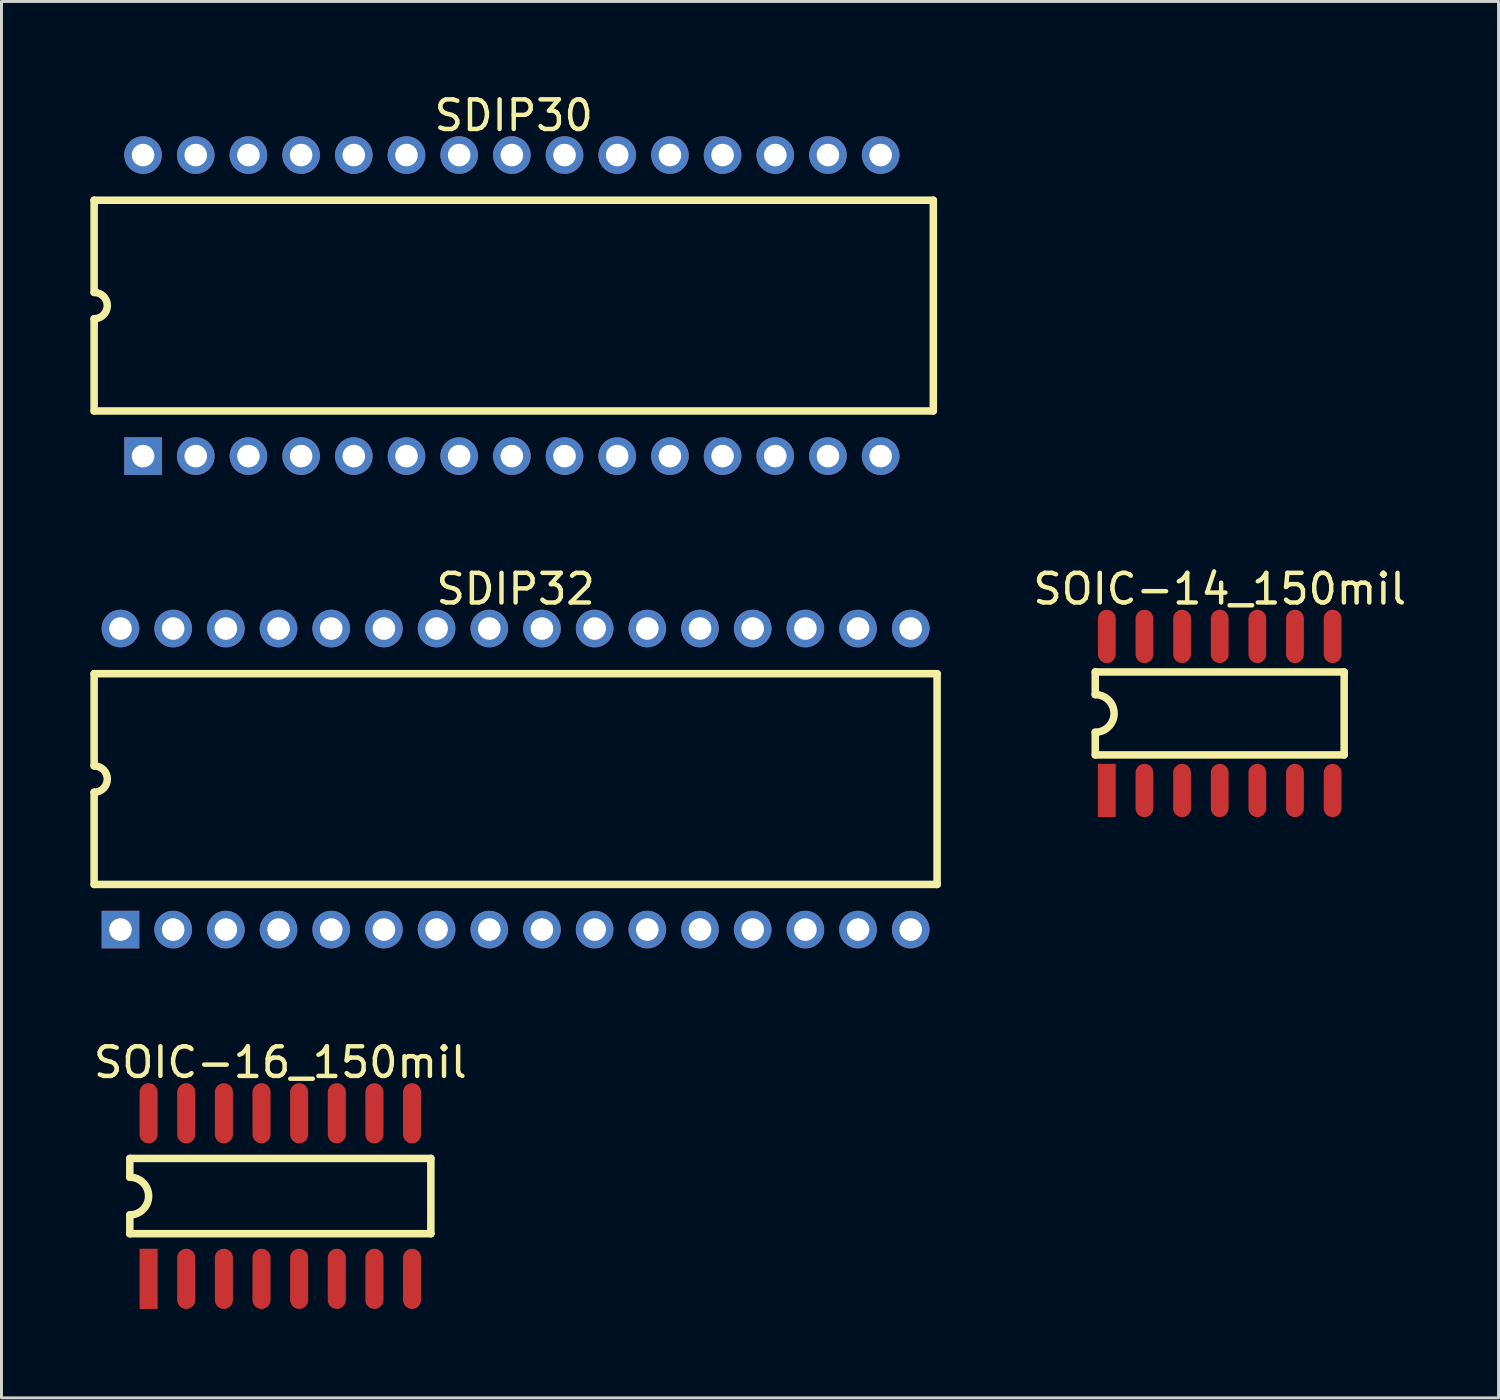
<source format=kicad_pcb>
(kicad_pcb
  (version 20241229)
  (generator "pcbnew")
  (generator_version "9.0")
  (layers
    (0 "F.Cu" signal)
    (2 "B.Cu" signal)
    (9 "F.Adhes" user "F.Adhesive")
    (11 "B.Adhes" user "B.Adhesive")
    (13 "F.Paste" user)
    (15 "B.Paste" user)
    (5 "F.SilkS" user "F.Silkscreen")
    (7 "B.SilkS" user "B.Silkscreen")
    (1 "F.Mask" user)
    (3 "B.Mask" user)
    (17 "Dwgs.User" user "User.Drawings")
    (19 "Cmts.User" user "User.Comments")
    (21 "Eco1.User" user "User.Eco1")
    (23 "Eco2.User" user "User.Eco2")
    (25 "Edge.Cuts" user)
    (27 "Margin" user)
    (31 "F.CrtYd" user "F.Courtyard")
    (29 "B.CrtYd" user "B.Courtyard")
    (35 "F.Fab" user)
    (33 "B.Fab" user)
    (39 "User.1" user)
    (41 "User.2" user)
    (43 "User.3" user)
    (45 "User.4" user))
  (footprint "SDIP32"
    (layer "F.Cu")
    (at 1.016 28.322)
    (property "Reference" "SDIP32" (at 13.335 -11.495 0) (layer "F.SilkS") (effects (font (size 1 1) (thickness 0.15))))
    (fp_line (start -0.889 -8.636) (end 27.559 -8.636) (stroke (width 0.254) (type solid)) (layer "F.SilkS"))
    (fp_line (start -0.889 -5.524) (end -0.889 -8.636) (stroke (width 0.254) (type solid)) (layer "F.SilkS"))
    (fp_line (start -0.889 -1.524) (end -0.889 -4.636) (stroke (width 0.254) (type solid)) (layer "F.SilkS"))
    (fp_line (start -0.889 -1.524) (end 27.559 -1.524) (stroke (width 0.254) (type solid)) (layer "F.SilkS"))
    (fp_line (start 27.559 -1.524) (end 27.559 -8.636) (stroke (width 0.254) (type solid)) (layer "F.SilkS"))
    (fp_arc (start -0.889 -5.5245) (mid -0.4445 -5.08) (end -0.889 -4.6355) (stroke (width 0.254) (type solid)) (layer "F.SilkS"))
    (pad "1" thru_hole rect (at 0 0 90) (size 1.27 1.27) (drill 0.762) (layers "*.Cu" "*.Mask"))
    (pad "2" thru_hole circle (at 1.778 0 90) (size 1.27 1.27) (drill 0.762) (layers "*.Cu" "*.Mask"))
    (pad "3" thru_hole circle (at 3.556 0 90) (size 1.27 1.27) (drill 0.762) (layers "*.Cu" "*.Mask"))
    (pad "4" thru_hole circle (at 5.334 0 90) (size 1.27 1.27) (drill 0.762) (layers "*.Cu" "*.Mask"))
    (pad "5" thru_hole circle (at 7.112 0 90) (size 1.27 1.27) (drill 0.762) (layers "*.Cu" "*.Mask"))
    (pad "6" thru_hole circle (at 8.89 0 90) (size 1.27 1.27) (drill 0.762) (layers "*.Cu" "*.Mask"))
    (pad "7" thru_hole circle (at 10.668 0 90) (size 1.27 1.27) (drill 0.762) (layers "*.Cu" "*.Mask"))
    (pad "8" thru_hole circle (at 12.446 0 90) (size 1.27 1.27) (drill 0.762) (layers "*.Cu" "*.Mask"))
    (pad "9" thru_hole circle (at 14.224 0 90) (size 1.27 1.27) (drill 0.762) (layers "*.Cu" "*.Mask"))
    (pad "10" thru_hole circle (at 16.002 0 90) (size 1.27 1.27) (drill 0.762) (layers "*.Cu" "*.Mask"))
    (pad "11" thru_hole circle (at 17.78 0 90) (size 1.27 1.27) (drill 0.762) (layers "*.Cu" "*.Mask"))
    (pad "12" thru_hole circle (at 19.558 0 90) (size 1.27 1.27) (drill 0.762) (layers "*.Cu" "*.Mask"))
    (pad "13" thru_hole circle (at 21.336 0 90) (size 1.27 1.27) (drill 0.762) (layers "*.Cu" "*.Mask"))
    (pad "14" thru_hole circle (at 23.114 0 90) (size 1.27 1.27) (drill 0.762) (layers "*.Cu" "*.Mask"))
    (pad "15" thru_hole circle (at 24.892 0 90) (size 1.27 1.27) (drill 0.762) (layers "*.Cu" "*.Mask"))
    (pad "16" thru_hole circle (at 26.67 0 90) (size 1.27 1.27) (drill 0.762) (layers "*.Cu" "*.Mask"))
    (pad "17" thru_hole circle (at 26.67 -10.16 90) (size 1.27 1.27) (drill 0.762) (layers "*.Cu" "*.Mask"))
    (pad "18" thru_hole circle (at 24.892 -10.16 90) (size 1.27 1.27) (drill 0.762) (layers "*.Cu" "*.Mask"))
    (pad "19" thru_hole circle (at 23.114 -10.16 90) (size 1.27 1.27) (drill 0.762) (layers "*.Cu" "*.Mask"))
    (pad "20" thru_hole circle (at 21.336 -10.16 90) (size 1.27 1.27) (drill 0.762) (layers "*.Cu" "*.Mask"))
    (pad "21" thru_hole circle (at 19.558 -10.16 90) (size 1.27 1.27) (drill 0.762) (layers "*.Cu" "*.Mask"))
    (pad "22" thru_hole circle (at 17.78 -10.16 90) (size 1.27 1.27) (drill 0.762) (layers "*.Cu" "*.Mask"))
    (pad "23" thru_hole circle (at 16.002 -10.16 90) (size 1.27 1.27) (drill 0.762) (layers "*.Cu" "*.Mask"))
    (pad "24" thru_hole circle (at 14.224 -10.16 90) (size 1.27 1.27) (drill 0.762) (layers "*.Cu" "*.Mask"))
    (pad "25" thru_hole circle (at 12.446 -10.16 90) (size 1.27 1.27) (drill 0.762) (layers "*.Cu" "*.Mask"))
    (pad "26" thru_hole circle (at 10.668 -10.16 90) (size 1.27 1.27) (drill 0.762) (layers "*.Cu" "*.Mask"))
    (pad "27" thru_hole circle (at 8.89 -10.16 90) (size 1.27 1.27) (drill 0.762) (layers "*.Cu" "*.Mask"))
    (pad "28" thru_hole circle (at 7.112 -10.16 90) (size 1.27 1.27) (drill 0.762) (layers "*.Cu" "*.Mask"))
    (pad "29" thru_hole circle (at 5.334 -10.16 90) (size 1.27 1.27) (drill 0.762) (layers "*.Cu" "*.Mask"))
    (pad "30" thru_hole circle (at 3.556 -10.16 90) (size 1.27 1.27) (drill 0.762) (layers "*.Cu" "*.Mask"))
    (pad "31" thru_hole circle (at 1.778 -10.16 90) (size 1.27 1.27) (drill 0.762) (layers "*.Cu" "*.Mask"))
    (pad "32" thru_hole circle (at 0 -10.16 90) (size 1.27 1.27) (drill 0.762) (layers "*.Cu" "*.Mask")))
  (footprint "SDIP30"
    (layer "F.Cu")
    (at 1.778 12.343)
    (property "Reference" "SDIP30" (at 12.509 -11.495 0) (layer "F.SilkS") (effects (font (size 1 1) (thickness 0.15))))
    (fp_line (start -1.651 -8.636) (end 26.67 -8.636) (stroke (width 0.254) (type solid)) (layer "F.SilkS"))
    (fp_line (start -1.651 -5.524) (end -1.651 -8.636) (stroke (width 0.254) (type solid)) (layer "F.SilkS"))
    (fp_line (start -1.651 -1.524) (end -1.651 -4.636) (stroke (width 0.254) (type solid)) (layer "F.SilkS"))
    (fp_line (start -1.651 -1.524) (end 26.67 -1.524) (stroke (width 0.254) (type solid)) (layer "F.SilkS"))
    (fp_line (start 26.67 -1.524) (end 26.67 -8.636) (stroke (width 0.254) (type solid)) (layer "F.SilkS"))
    (fp_arc (start -1.651 -5.5245) (mid -1.2065 -5.08) (end -1.651 -4.6355) (stroke (width 0.254) (type solid)) (layer "F.SilkS"))
    (pad "1" thru_hole rect (at 0 0 90) (size 1.27 1.27) (drill 0.762) (layers "*.Cu" "*.Mask"))
    (pad "2" thru_hole circle (at 1.778 0 90) (size 1.27 1.27) (drill 0.762) (layers "*.Cu" "*.Mask"))
    (pad "3" thru_hole circle (at 3.556 0 90) (size 1.27 1.27) (drill 0.762) (layers "*.Cu" "*.Mask"))
    (pad "4" thru_hole circle (at 5.334 0 90) (size 1.27 1.27) (drill 0.762) (layers "*.Cu" "*.Mask"))
    (pad "5" thru_hole circle (at 7.112 0 90) (size 1.27 1.27) (drill 0.762) (layers "*.Cu" "*.Mask"))
    (pad "6" thru_hole circle (at 8.89 0 90) (size 1.27 1.27) (drill 0.762) (layers "*.Cu" "*.Mask"))
    (pad "7" thru_hole circle (at 10.668 0 90) (size 1.27 1.27) (drill 0.762) (layers "*.Cu" "*.Mask"))
    (pad "8" thru_hole circle (at 12.446 0 90) (size 1.27 1.27) (drill 0.762) (layers "*.Cu" "*.Mask"))
    (pad "9" thru_hole circle (at 14.224 0 90) (size 1.27 1.27) (drill 0.762) (layers "*.Cu" "*.Mask"))
    (pad "10" thru_hole circle (at 16.002 0 90) (size 1.27 1.27) (drill 0.762) (layers "*.Cu" "*.Mask"))
    (pad "11" thru_hole circle (at 17.78 0 90) (size 1.27 1.27) (drill 0.762) (layers "*.Cu" "*.Mask"))
    (pad "12" thru_hole circle (at 19.558 0 90) (size 1.27 1.27) (drill 0.762) (layers "*.Cu" "*.Mask"))
    (pad "13" thru_hole circle (at 21.336 0 90) (size 1.27 1.27) (drill 0.762) (layers "*.Cu" "*.Mask"))
    (pad "14" thru_hole circle (at 23.114 0 90) (size 1.27 1.27) (drill 0.762) (layers "*.Cu" "*.Mask"))
    (pad "15" thru_hole circle (at 24.892 0 90) (size 1.27 1.27) (drill 0.762) (layers "*.Cu" "*.Mask"))
    (pad "16" thru_hole circle (at 24.892 -10.16 90) (size 1.27 1.27) (drill 0.762) (layers "*.Cu" "*.Mask"))
    (pad "17" thru_hole circle (at 23.114 -10.16 90) (size 1.27 1.27) (drill 0.762) (layers "*.Cu" "*.Mask"))
    (pad "18" thru_hole circle (at 21.336 -10.16 90) (size 1.27 1.27) (drill 0.762) (layers "*.Cu" "*.Mask"))
    (pad "19" thru_hole circle (at 19.558 -10.16 90) (size 1.27 1.27) (drill 0.762) (layers "*.Cu" "*.Mask"))
    (pad "20" thru_hole circle (at 17.78 -10.16 90) (size 1.27 1.27) (drill 0.762) (layers "*.Cu" "*.Mask"))
    (pad "21" thru_hole circle (at 16.002 -10.16 90) (size 1.27 1.27) (drill 0.762) (layers "*.Cu" "*.Mask"))
    (pad "22" thru_hole circle (at 14.224 -10.16 90) (size 1.27 1.27) (drill 0.762) (layers "*.Cu" "*.Mask"))
    (pad "23" thru_hole circle (at 12.446 -10.16 90) (size 1.27 1.27) (drill 0.762) (layers "*.Cu" "*.Mask"))
    (pad "24" thru_hole circle (at 10.668 -10.16 90) (size 1.27 1.27) (drill 0.762) (layers "*.Cu" "*.Mask"))
    (pad "25" thru_hole circle (at 8.89 -10.16 90) (size 1.27 1.27) (drill 0.762) (layers "*.Cu" "*.Mask"))
    (pad "26" thru_hole circle (at 7.112 -10.16 90) (size 1.27 1.27) (drill 0.762) (layers "*.Cu" "*.Mask"))
    (pad "27" thru_hole circle (at 5.334 -10.16 90) (size 1.27 1.27) (drill 0.762) (layers "*.Cu" "*.Mask"))
    (pad "28" thru_hole circle (at 3.556 -10.16 90) (size 1.27 1.27) (drill 0.762) (layers "*.Cu" "*.Mask"))
    (pad "29" thru_hole circle (at 1.778 -10.16 90) (size 1.27 1.27) (drill 0.762) (layers "*.Cu" "*.Mask"))
    (pad "30" thru_hole circle (at 0 -10.16 90) (size 1.27 1.27) (drill 0.762) (layers "*.Cu" "*.Mask")))
  (footprint "SOIC-16_150mil"
    (layer "F.Cu")
    (at 1.966 40.109)
    (property "Reference" "SOIC-16_150mil" (at 4.445 -7.304 0) (layer "F.SilkS") (effects (font (size 1 1) (thickness 0.15))))
    (fp_line (start -0.635 -4.064) (end 9.525 -4.064) (stroke (width 0.254) (type solid)) (layer "F.SilkS"))
    (fp_line (start -0.635 -3.429) (end -0.635 -4.064) (stroke (width 0.254) (type solid)) (layer "F.SilkS"))
    (fp_line (start -0.635 -1.524) (end -0.635 -2.159) (stroke (width 0.254) (type solid)) (layer "F.SilkS"))
    (fp_line (start -0.635 -1.524) (end 9.525 -1.524) (stroke (width 0.254) (type solid)) (layer "F.SilkS"))
    (fp_line (start 9.525 -1.524) (end 9.525 -4.064) (stroke (width 0.254) (type solid)) (layer "F.SilkS"))
    (fp_arc (start -0.635 -3.429) (mid 0 -2.794) (end -0.635 -2.159) (stroke (width 0.254) (type solid)) (layer "F.SilkS"))
    (pad "1" smd rect (at 0 0 90) (size 2.032 0.61) (layers "F.Cu" "F.Mask" "F.Paste"))
    (pad "2" smd oval (at 1.27 0 90) (size 2.032 0.61) (layers "F.Cu" "F.Mask" "F.Paste"))
    (pad "3" smd oval (at 2.54 0 90) (size 2.032 0.61) (layers "F.Cu" "F.Mask" "F.Paste"))
    (pad "4" smd oval (at 3.81 0 90) (size 2.032 0.61) (layers "F.Cu" "F.Mask" "F.Paste"))
    (pad "5" smd oval (at 5.08 0 90) (size 2.032 0.61) (layers "F.Cu" "F.Mask" "F.Paste"))
    (pad "6" smd oval (at 6.35 0 90) (size 2.032 0.61) (layers "F.Cu" "F.Mask" "F.Paste"))
    (pad "7" smd oval (at 7.62 0 90) (size 2.032 0.61) (layers "F.Cu" "F.Mask" "F.Paste"))
    (pad "8" smd oval (at 8.89 0 90) (size 2.032 0.61) (layers "F.Cu" "F.Mask" "F.Paste"))
    (pad "9" smd oval (at 8.89 -5.588 90) (size 2.032 0.61) (layers "F.Cu" "F.Mask" "F.Paste"))
    (pad "10" smd oval (at 7.62 -5.588 90) (size 2.032 0.61) (layers "F.Cu" "F.Mask" "F.Paste"))
    (pad "11" smd oval (at 6.35 -5.588 90) (size 2.032 0.61) (layers "F.Cu" "F.Mask" "F.Paste"))
    (pad "12" smd oval (at 5.08 -5.588 90) (size 2.032 0.61) (layers "F.Cu" "F.Mask" "F.Paste"))
    (pad "13" smd oval (at 3.81 -5.588 90) (size 2.032 0.61) (layers "F.Cu" "F.Mask" "F.Paste"))
    (pad "14" smd oval (at 2.54 -5.588 90) (size 2.032 0.61) (layers "F.Cu" "F.Mask" "F.Paste"))
    (pad "15" smd oval (at 1.27 -5.588 90) (size 2.032 0.61) (layers "F.Cu" "F.Mask" "F.Paste"))
    (pad "16" smd oval (at 0 -5.588 90) (size 2.032 0.61) (layers "F.Cu" "F.Mask" "F.Paste")))
  (footprint "SOIC-14_150mil"
    (layer "F.Cu")
    (at 34.303 23.627)
    (property "Reference" "SOIC-14_150mil" (at 3.81 -6.8 0) (layer "F.SilkS") (effects (font (size 1 1) (thickness 0.15))))
    (fp_line (start -0.39 -4) (end 8.01 -4) (stroke (width 0.254) (type solid)) (layer "F.SilkS"))
    (fp_line (start -0.39 -3.235) (end -0.39 -4) (stroke (width 0.254) (type solid)) (layer "F.SilkS"))
    (fp_line (start -0.39 -1.2) (end -0.39 -1.965) (stroke (width 0.254) (type solid)) (layer "F.SilkS"))
    (fp_line (start -0.39 -1.2) (end 8.01 -1.2) (stroke (width 0.254) (type solid)) (layer "F.SilkS"))
    (fp_line (start 8.01 -1.2) (end 8.01 -4) (stroke (width 0.254) (type solid)) (layer "F.SilkS"))
    (fp_arc (start -0.39 -3.235) (mid 0.245 -2.6) (end -0.39 -1.965) (stroke (width 0.254) (type solid)) (layer "F.SilkS"))
    (pad "1" smd rect (at 0 0 180) (size 0.6 1.8) (layers "F.Cu" "F.Mask" "F.Paste"))
    (pad "2" smd oval (at 1.27 0 180) (size 0.6 1.8) (layers "F.Cu" "F.Mask" "F.Paste"))
    (pad "3" smd oval (at 2.54 0 180) (size 0.6 1.8) (layers "F.Cu" "F.Mask" "F.Paste"))
    (pad "4" smd oval (at 3.81 0 180) (size 0.6 1.8) (layers "F.Cu" "F.Mask" "F.Paste"))
    (pad "5" smd oval (at 5.08 0 180) (size 0.6 1.8) (layers "F.Cu" "F.Mask" "F.Paste"))
    (pad "6" smd oval (at 6.35 0 180) (size 0.6 1.8) (layers "F.Cu" "F.Mask" "F.Paste"))
    (pad "7" smd oval (at 7.62 0 180) (size 0.6 1.8) (layers "F.Cu" "F.Mask" "F.Paste"))
    (pad "8" smd oval (at 7.62 -5.2 180) (size 0.6 1.8) (layers "F.Cu" "F.Mask" "F.Paste"))
    (pad "9" smd oval (at 6.35 -5.2 180) (size 0.6 1.8) (layers "F.Cu" "F.Mask" "F.Paste"))
    (pad "10" smd oval (at 5.08 -5.2 180) (size 0.6 1.8) (layers "F.Cu" "F.Mask" "F.Paste"))
    (pad "11" smd oval (at 3.81 -5.2 180) (size 0.6 1.8) (layers "F.Cu" "F.Mask" "F.Paste"))
    (pad "12" smd oval (at 2.54 -5.2 180) (size 0.6 1.8) (layers "F.Cu" "F.Mask" "F.Paste"))
    (pad "13" smd oval (at 1.27 -5.2 180) (size 0.6 1.8) (layers "F.Cu" "F.Mask" "F.Paste"))
    (pad "14" smd oval (at 0 -5.2 180) (size 0.6 1.8) (layers "F.Cu" "F.Mask" "F.Paste")))
  (gr_rect
    (start -3 -3)
    (end 47.523 44.125)
    (stroke (width 0.1) (type default))
    (fill no)
    (layer "Edge.Cuts")))
</source>
